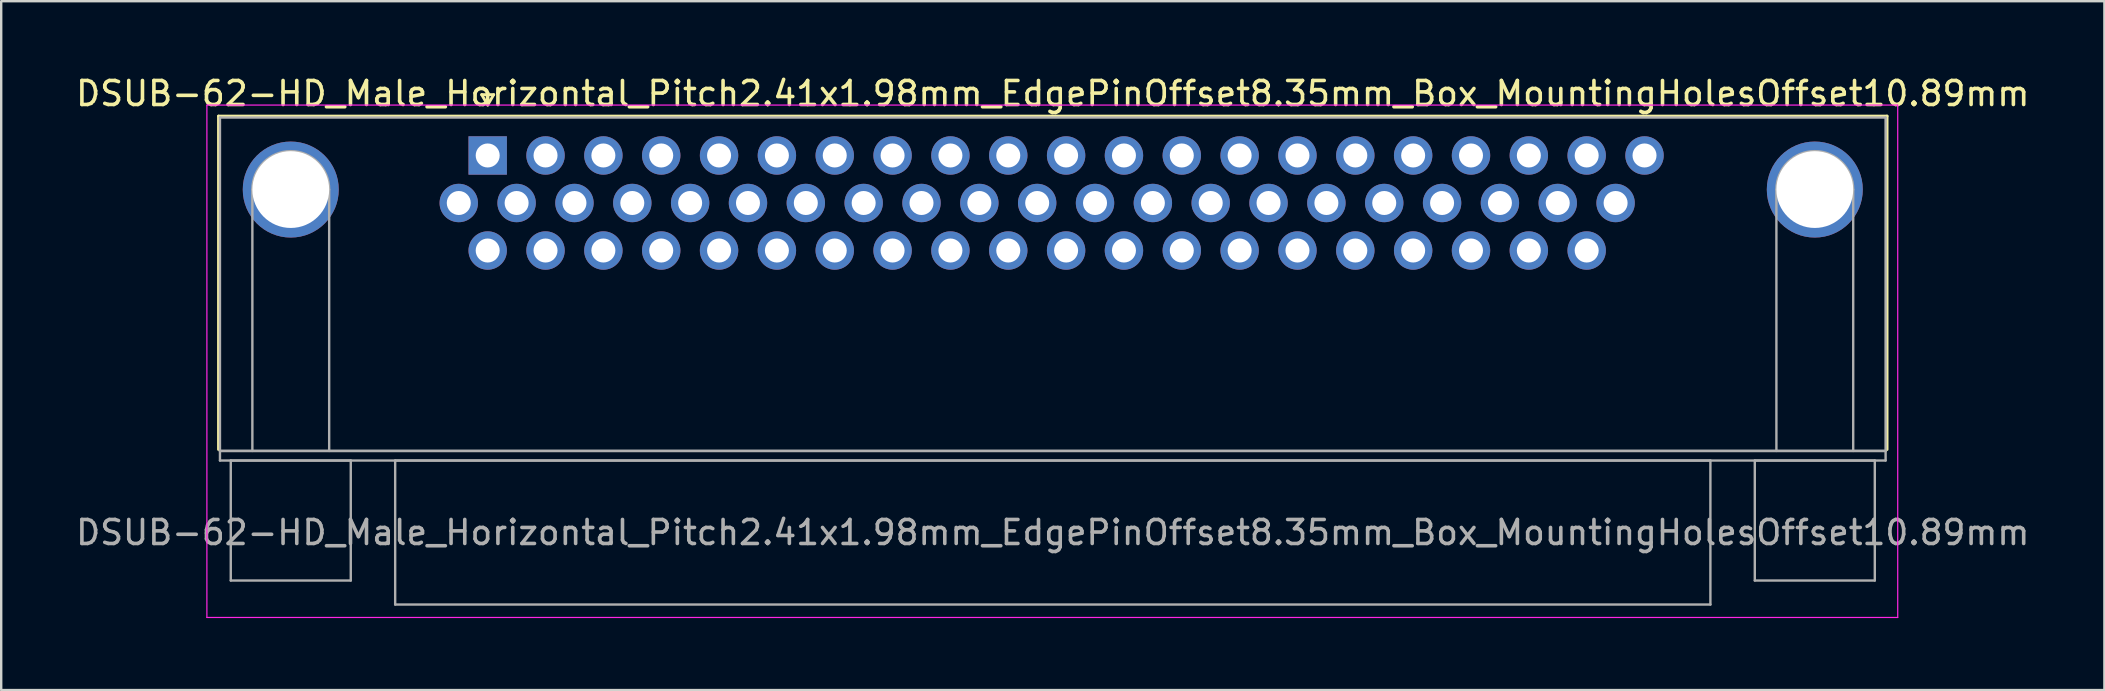
<source format=kicad_pcb>
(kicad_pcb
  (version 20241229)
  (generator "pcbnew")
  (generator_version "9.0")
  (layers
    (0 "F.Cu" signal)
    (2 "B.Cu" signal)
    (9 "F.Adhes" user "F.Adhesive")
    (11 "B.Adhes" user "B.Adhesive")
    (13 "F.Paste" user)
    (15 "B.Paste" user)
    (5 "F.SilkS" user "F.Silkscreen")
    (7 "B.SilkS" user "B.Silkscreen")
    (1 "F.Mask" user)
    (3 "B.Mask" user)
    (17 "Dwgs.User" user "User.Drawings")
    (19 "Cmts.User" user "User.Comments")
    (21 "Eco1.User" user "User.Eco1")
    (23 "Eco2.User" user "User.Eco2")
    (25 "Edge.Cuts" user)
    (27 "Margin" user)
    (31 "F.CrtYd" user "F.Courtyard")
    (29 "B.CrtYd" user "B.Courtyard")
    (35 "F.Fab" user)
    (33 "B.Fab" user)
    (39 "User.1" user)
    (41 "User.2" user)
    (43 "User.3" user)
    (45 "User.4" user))
  (footprint "DSUB-62-HD_Male_Horizontal_Pitch2.41x1.98mm_EdgePinOffset8.35mm_Box_MountingHolesOffset10.89mm"
    (layer "F.Cu")
    (at 17.27 3.428)
    (property "Reference" "DSUB-62-HD_Male_Horizontal_Pitch2.41x1.98mm_EdgePinOffset8.35mm_Box_MountingHolesOffset10.89mm" (at 23.545 -2.58 0) (layer "F.SilkS") (effects (font (size 1 1) (thickness 0.15))))
    (attr through_hole)
    (fp_line (start -11.215 -1.64) (end 58.305 -1.64) (stroke (width 0.12) (type solid)) (layer "F.SilkS"))
    (fp_line (start -11.215 12.25) (end -11.215 -1.64) (stroke (width 0.12) (type solid)) (layer "F.SilkS"))
    (fp_line (start -0.25 -2.534) (end 0.25 -2.534) (stroke (width 0.12) (type solid)) (layer "F.SilkS"))
    (fp_line (start 0 -2.101) (end -0.25 -2.534) (stroke (width 0.12) (type solid)) (layer "F.SilkS"))
    (fp_line (start 0.25 -2.534) (end 0 -2.101) (stroke (width 0.12) (type solid)) (layer "F.SilkS"))
    (fp_line (start 58.305 -1.64) (end 58.305 12.25) (stroke (width 0.12) (type solid)) (layer "F.SilkS"))
    (fp_line (start -11.7 -2.1) (end -11.7 19.25) (stroke (width 0.05) (type solid)) (layer "F.CrtYd"))
    (fp_line (start -11.7 19.25) (end 58.75 19.25) (stroke (width 0.05) (type solid)) (layer "F.CrtYd"))
    (fp_line (start 58.75 -2.1) (end -11.7 -2.1) (stroke (width 0.05) (type solid)) (layer "F.CrtYd"))
    (fp_line (start 58.75 19.25) (end 58.75 -2.1) (stroke (width 0.05) (type solid)) (layer "F.CrtYd"))
    (fp_line (start -11.155 -1.58) (end -11.155 12.31) (stroke (width 0.1) (type solid)) (layer "F.Fab"))
    (fp_line (start -11.155 12.31) (end -11.155 12.71) (stroke (width 0.1) (type solid)) (layer "F.Fab"))
    (fp_line (start -11.155 12.31) (end 58.245 12.31) (stroke (width 0.1) (type solid)) (layer "F.Fab"))
    (fp_line (start -11.155 12.71) (end 58.245 12.71) (stroke (width 0.1) (type solid)) (layer "F.Fab"))
    (fp_line (start -10.705 12.71) (end -10.705 17.71) (stroke (width 0.1) (type solid)) (layer "F.Fab"))
    (fp_line (start -10.705 17.71) (end -5.705 17.71) (stroke (width 0.1) (type solid)) (layer "F.Fab"))
    (fp_line (start -9.805 12.31) (end -9.805 1.42) (stroke (width 0.1) (type solid)) (layer "F.Fab"))
    (fp_line (start -6.605 12.31) (end -6.605 1.42) (stroke (width 0.1) (type solid)) (layer "F.Fab"))
    (fp_line (start -5.705 12.71) (end -10.705 12.71) (stroke (width 0.1) (type solid)) (layer "F.Fab"))
    (fp_line (start -5.705 17.71) (end -5.705 12.71) (stroke (width 0.1) (type solid)) (layer "F.Fab"))
    (fp_line (start -3.855 12.71) (end -3.855 18.71) (stroke (width 0.1) (type solid)) (layer "F.Fab"))
    (fp_line (start -3.855 18.71) (end 50.945 18.71) (stroke (width 0.1) (type solid)) (layer "F.Fab"))
    (fp_line (start 50.945 12.71) (end -3.855 12.71) (stroke (width 0.1) (type solid)) (layer "F.Fab"))
    (fp_line (start 50.945 18.71) (end 50.945 12.71) (stroke (width 0.1) (type solid)) (layer "F.Fab"))
    (fp_line (start 52.795 12.71) (end 52.795 17.71) (stroke (width 0.1) (type solid)) (layer "F.Fab"))
    (fp_line (start 52.795 17.71) (end 57.795 17.71) (stroke (width 0.1) (type solid)) (layer "F.Fab"))
    (fp_line (start 53.695 12.31) (end 53.695 1.42) (stroke (width 0.1) (type solid)) (layer "F.Fab"))
    (fp_line (start 56.895 12.31) (end 56.895 1.42) (stroke (width 0.1) (type solid)) (layer "F.Fab"))
    (fp_line (start 57.795 12.71) (end 52.795 12.71) (stroke (width 0.1) (type solid)) (layer "F.Fab"))
    (fp_line (start 57.795 17.71) (end 57.795 12.71) (stroke (width 0.1) (type solid)) (layer "F.Fab"))
    (fp_line (start 58.245 -1.58) (end -11.155 -1.58) (stroke (width 0.1) (type solid)) (layer "F.Fab"))
    (fp_line (start 58.245 12.31) (end -11.155 12.31) (stroke (width 0.1) (type solid)) (layer "F.Fab"))
    (fp_line (start 58.245 12.31) (end 58.245 -1.58) (stroke (width 0.1) (type solid)) (layer "F.Fab"))
    (fp_line (start 58.245 12.71) (end 58.245 12.31) (stroke (width 0.1) (type solid)) (layer "F.Fab"))
    (fp_arc (start -9.805 1.42) (mid -8.205 -0.18) (end -6.605 1.42) (stroke (width 0.1) (type solid)) (layer "F.Fab"))
    (fp_arc (start 53.695 1.42) (mid 55.295 -0.18) (end 56.895 1.42) (stroke (width 0.1) (type solid)) (layer "F.Fab"))
    (fp_text user "${REFERENCE}" (at 23.545 15.71 0) (layer "F.Fab") (effects (font (size 1 1) (thickness 0.15))))
    (pad "0" thru_hole circle (at -8.205 1.42) (size 4 4) (drill 3.2) (layers "*.Cu" "*.Mask"))
    (pad "0" thru_hole circle (at 55.295 1.42) (size 4 4) (drill 3.2) (layers "*.Cu" "*.Mask"))
    (pad "1" thru_hole rect (at 0 0) (size 1.6 1.6) (drill 1) (layers "*.Cu" "*.Mask"))
    (pad "2" thru_hole circle (at 2.41 0) (size 1.6 1.6) (drill 1) (layers "*.Cu" "*.Mask"))
    (pad "3" thru_hole circle (at 4.82 0) (size 1.6 1.6) (drill 1) (layers "*.Cu" "*.Mask"))
    (pad "4" thru_hole circle (at 7.23 0) (size 1.6 1.6) (drill 1) (layers "*.Cu" "*.Mask"))
    (pad "5" thru_hole circle (at 9.64 0) (size 1.6 1.6) (drill 1) (layers "*.Cu" "*.Mask"))
    (pad "6" thru_hole circle (at 12.05 0) (size 1.6 1.6) (drill 1) (layers "*.Cu" "*.Mask"))
    (pad "7" thru_hole circle (at 14.46 0) (size 1.6 1.6) (drill 1) (layers "*.Cu" "*.Mask"))
    (pad "8" thru_hole circle (at 16.87 0) (size 1.6 1.6) (drill 1) (layers "*.Cu" "*.Mask"))
    (pad "9" thru_hole circle (at 19.28 0) (size 1.6 1.6) (drill 1) (layers "*.Cu" "*.Mask"))
    (pad "10" thru_hole circle (at 21.69 0) (size 1.6 1.6) (drill 1) (layers "*.Cu" "*.Mask"))
    (pad "11" thru_hole circle (at 24.1 0) (size 1.6 1.6) (drill 1) (layers "*.Cu" "*.Mask"))
    (pad "12" thru_hole circle (at 26.51 0) (size 1.6 1.6) (drill 1) (layers "*.Cu" "*.Mask"))
    (pad "13" thru_hole circle (at 28.92 0) (size 1.6 1.6) (drill 1) (layers "*.Cu" "*.Mask"))
    (pad "14" thru_hole circle (at 31.33 0) (size 1.6 1.6) (drill 1) (layers "*.Cu" "*.Mask"))
    (pad "15" thru_hole circle (at 33.74 0) (size 1.6 1.6) (drill 1) (layers "*.Cu" "*.Mask"))
    (pad "16" thru_hole circle (at 36.15 0) (size 1.6 1.6) (drill 1) (layers "*.Cu" "*.Mask"))
    (pad "17" thru_hole circle (at 38.56 0) (size 1.6 1.6) (drill 1) (layers "*.Cu" "*.Mask"))
    (pad "18" thru_hole circle (at 40.97 0) (size 1.6 1.6) (drill 1) (layers "*.Cu" "*.Mask"))
    (pad "19" thru_hole circle (at 43.38 0) (size 1.6 1.6) (drill 1) (layers "*.Cu" "*.Mask"))
    (pad "20" thru_hole circle (at 45.79 0) (size 1.6 1.6) (drill 1) (layers "*.Cu" "*.Mask"))
    (pad "21" thru_hole circle (at 48.2 0) (size 1.6 1.6) (drill 1) (layers "*.Cu" "*.Mask"))
    (pad "22" thru_hole circle (at -1.205 1.98) (size 1.6 1.6) (drill 1) (layers "*.Cu" "*.Mask"))
    (pad "23" thru_hole circle (at 1.205 1.98) (size 1.6 1.6) (drill 1) (layers "*.Cu" "*.Mask"))
    (pad "24" thru_hole circle (at 3.615 1.98) (size 1.6 1.6) (drill 1) (layers "*.Cu" "*.Mask"))
    (pad "25" thru_hole circle (at 6.025 1.98) (size 1.6 1.6) (drill 1) (layers "*.Cu" "*.Mask"))
    (pad "26" thru_hole circle (at 8.435 1.98) (size 1.6 1.6) (drill 1) (layers "*.Cu" "*.Mask"))
    (pad "27" thru_hole circle (at 10.845 1.98) (size 1.6 1.6) (drill 1) (layers "*.Cu" "*.Mask"))
    (pad "28" thru_hole circle (at 13.255 1.98) (size 1.6 1.6) (drill 1) (layers "*.Cu" "*.Mask"))
    (pad "29" thru_hole circle (at 15.665 1.98) (size 1.6 1.6) (drill 1) (layers "*.Cu" "*.Mask"))
    (pad "30" thru_hole circle (at 18.075 1.98) (size 1.6 1.6) (drill 1) (layers "*.Cu" "*.Mask"))
    (pad "31" thru_hole circle (at 20.485 1.98) (size 1.6 1.6) (drill 1) (layers "*.Cu" "*.Mask"))
    (pad "32" thru_hole circle (at 22.895 1.98) (size 1.6 1.6) (drill 1) (layers "*.Cu" "*.Mask"))
    (pad "33" thru_hole circle (at 25.305 1.98) (size 1.6 1.6) (drill 1) (layers "*.Cu" "*.Mask"))
    (pad "34" thru_hole circle (at 27.715 1.98) (size 1.6 1.6) (drill 1) (layers "*.Cu" "*.Mask"))
    (pad "35" thru_hole circle (at 30.125 1.98) (size 1.6 1.6) (drill 1) (layers "*.Cu" "*.Mask"))
    (pad "36" thru_hole circle (at 32.535 1.98) (size 1.6 1.6) (drill 1) (layers "*.Cu" "*.Mask"))
    (pad "37" thru_hole circle (at 34.945 1.98) (size 1.6 1.6) (drill 1) (layers "*.Cu" "*.Mask"))
    (pad "38" thru_hole circle (at 37.355 1.98) (size 1.6 1.6) (drill 1) (layers "*.Cu" "*.Mask"))
    (pad "39" thru_hole circle (at 39.765 1.98) (size 1.6 1.6) (drill 1) (layers "*.Cu" "*.Mask"))
    (pad "40" thru_hole circle (at 42.175 1.98) (size 1.6 1.6) (drill 1) (layers "*.Cu" "*.Mask"))
    (pad "41" thru_hole circle (at 44.585 1.98) (size 1.6 1.6) (drill 1) (layers "*.Cu" "*.Mask"))
    (pad "42" thru_hole circle (at 46.995 1.98) (size 1.6 1.6) (drill 1) (layers "*.Cu" "*.Mask"))
    (pad "43" thru_hole circle (at 0 3.96) (size 1.6 1.6) (drill 1) (layers "*.Cu" "*.Mask"))
    (pad "44" thru_hole circle (at 2.41 3.96) (size 1.6 1.6) (drill 1) (layers "*.Cu" "*.Mask"))
    (pad "45" thru_hole circle (at 4.82 3.96) (size 1.6 1.6) (drill 1) (layers "*.Cu" "*.Mask"))
    (pad "46" thru_hole circle (at 7.23 3.96) (size 1.6 1.6) (drill 1) (layers "*.Cu" "*.Mask"))
    (pad "47" thru_hole circle (at 9.64 3.96) (size 1.6 1.6) (drill 1) (layers "*.Cu" "*.Mask"))
    (pad "48" thru_hole circle (at 12.05 3.96) (size 1.6 1.6) (drill 1) (layers "*.Cu" "*.Mask"))
    (pad "49" thru_hole circle (at 14.46 3.96) (size 1.6 1.6) (drill 1) (layers "*.Cu" "*.Mask"))
    (pad "50" thru_hole circle (at 16.87 3.96) (size 1.6 1.6) (drill 1) (layers "*.Cu" "*.Mask"))
    (pad "51" thru_hole circle (at 19.28 3.96) (size 1.6 1.6) (drill 1) (layers "*.Cu" "*.Mask"))
    (pad "52" thru_hole circle (at 21.69 3.96) (size 1.6 1.6) (drill 1) (layers "*.Cu" "*.Mask"))
    (pad "53" thru_hole circle (at 24.1 3.96) (size 1.6 1.6) (drill 1) (layers "*.Cu" "*.Mask"))
    (pad "54" thru_hole circle (at 26.51 3.96) (size 1.6 1.6) (drill 1) (layers "*.Cu" "*.Mask"))
    (pad "55" thru_hole circle (at 28.92 3.96) (size 1.6 1.6) (drill 1) (layers "*.Cu" "*.Mask"))
    (pad "56" thru_hole circle (at 31.33 3.96) (size 1.6 1.6) (drill 1) (layers "*.Cu" "*.Mask"))
    (pad "57" thru_hole circle (at 33.74 3.96) (size 1.6 1.6) (drill 1) (layers "*.Cu" "*.Mask"))
    (pad "58" thru_hole circle (at 36.15 3.96) (size 1.6 1.6) (drill 1) (layers "*.Cu" "*.Mask"))
    (pad "59" thru_hole circle (at 38.56 3.96) (size 1.6 1.6) (drill 1) (layers "*.Cu" "*.Mask"))
    (pad "60" thru_hole circle (at 40.97 3.96) (size 1.6 1.6) (drill 1) (layers "*.Cu" "*.Mask"))
    (pad "61" thru_hole circle (at 43.38 3.96) (size 1.6 1.6) (drill 1) (layers "*.Cu" "*.Mask"))
    (pad "62" thru_hole circle (at 45.79 3.96) (size 1.6 1.6) (drill 1) (layers "*.Cu" "*.Mask")))
  (gr_rect
    (start -3 -3)
    (end 84.631 25.703)
    (stroke (width 0.1) (type default))
    (fill no)
    (layer "Edge.Cuts")))
</source>
